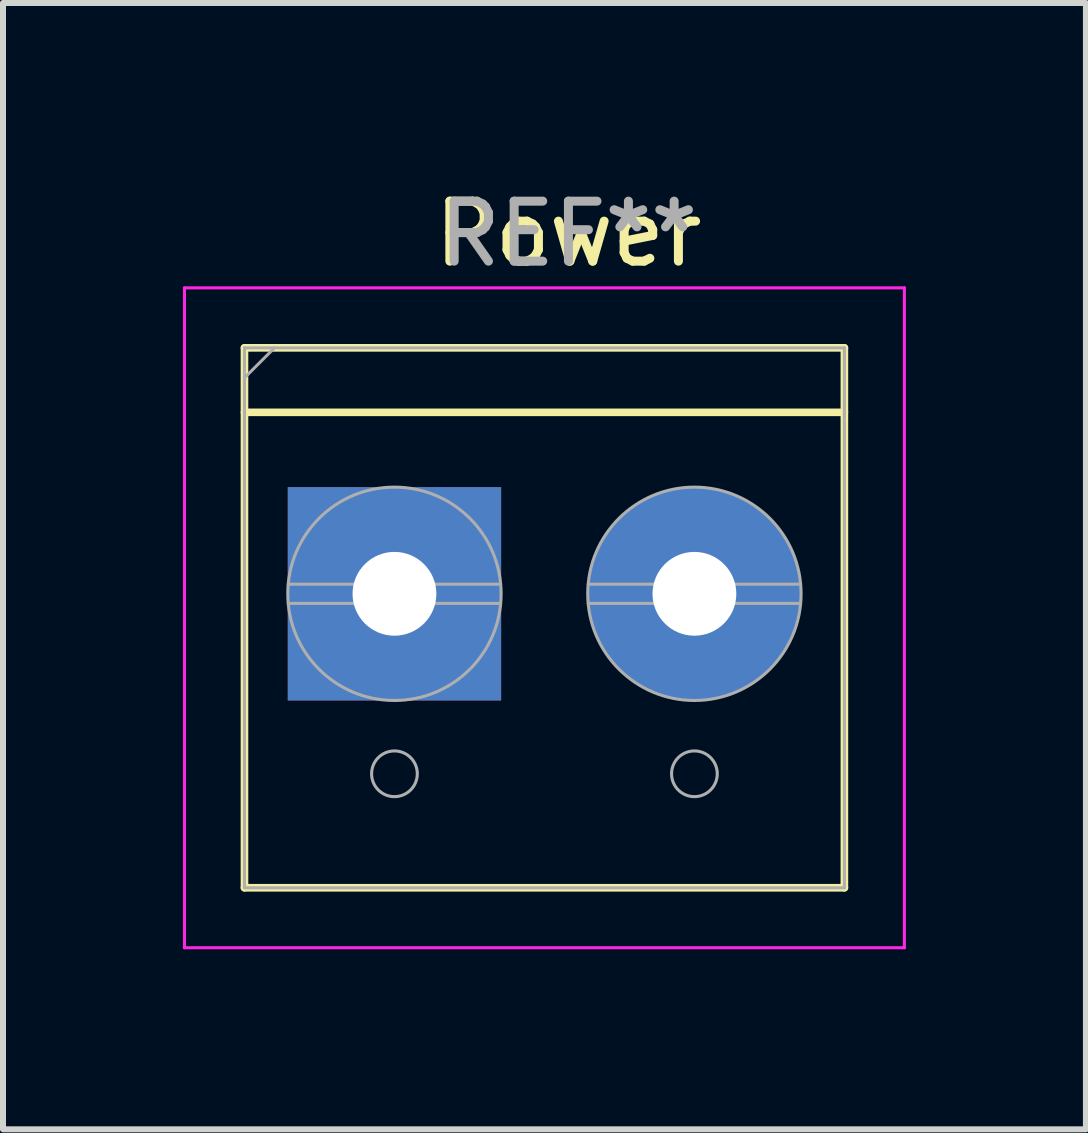
<source format=kicad_pcb>
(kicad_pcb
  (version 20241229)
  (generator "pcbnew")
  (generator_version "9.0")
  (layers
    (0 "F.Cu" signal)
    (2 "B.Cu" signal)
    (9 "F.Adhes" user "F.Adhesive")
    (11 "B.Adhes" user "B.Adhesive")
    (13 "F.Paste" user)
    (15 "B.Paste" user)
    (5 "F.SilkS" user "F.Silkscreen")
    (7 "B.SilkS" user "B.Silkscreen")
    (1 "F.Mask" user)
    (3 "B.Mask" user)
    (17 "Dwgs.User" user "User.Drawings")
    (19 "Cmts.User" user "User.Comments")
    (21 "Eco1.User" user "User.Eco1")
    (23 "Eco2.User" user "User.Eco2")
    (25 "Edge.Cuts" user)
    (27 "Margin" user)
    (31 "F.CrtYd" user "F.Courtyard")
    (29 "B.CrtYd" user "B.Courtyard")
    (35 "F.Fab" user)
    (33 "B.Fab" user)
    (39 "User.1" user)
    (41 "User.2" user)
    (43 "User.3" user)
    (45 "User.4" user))
  (footprint "Power"
    (layer "F.Cu")
    (at 3.525 6.848)
    (property "Reference" "Power" (at 2.9 -6 0) (layer "F.SilkS") (effects (font (size 1 1) (thickness 0.15))))
    (attr through_hole)
    (fp_line (start -2.5 -4.1) (end -2.5 4.9) (stroke (width 0.127) (type solid)) (layer "F.SilkS"))
    (fp_line (start -2.5 -3.025) (end 7.5 -3.025) (stroke (width 0.127) (type solid)) (layer "F.SilkS"))
    (fp_line (start -2.5 4.9) (end 7.5 4.9) (stroke (width 0.127) (type solid)) (layer "F.SilkS"))
    (fp_line (start 7.5 -4.1) (end -2.5 -4.1) (stroke (width 0.127) (type solid)) (layer "F.SilkS"))
    (fp_line (start 7.5 4.9) (end 7.5 -4.1) (stroke (width 0.127) (type solid)) (layer "F.SilkS"))
    (fp_line (start -3.5 -5.1) (end -3.5 5.9) (stroke (width 0.051) (type solid)) (layer "F.CrtYd"))
    (fp_line (start -3.5 5.9) (end 8.5 5.9) (stroke (width 0.051) (type solid)) (layer "F.CrtYd"))
    (fp_line (start 8.5 -5.1) (end -3.5 -5.1) (stroke (width 0.051) (type solid)) (layer "F.CrtYd"))
    (fp_line (start 8.5 5.9) (end 8.5 -5.1) (stroke (width 0.051) (type solid)) (layer "F.CrtYd"))
    (fp_line (start -2.5 -4.1) (end -2.5 4.9) (stroke (width 0.051) (type solid)) (layer "F.Fab"))
    (fp_line (start -2.5 -3.6) (end -2 -4.1) (stroke (width 0.051) (type solid)) (layer "F.Fab"))
    (fp_line (start -2.5 4.9) (end 7.5 4.9) (stroke (width 0.051) (type solid)) (layer "F.Fab"))
    (fp_line (start -1.77 -0.16) (end 1.77 -0.16) (stroke (width 0.051) (type solid)) (layer "F.Fab"))
    (fp_line (start -1.77 0.16) (end 1.77 0.16) (stroke (width 0.051) (type solid)) (layer "F.Fab"))
    (fp_line (start 3.23 -0.16) (end 6.77 -0.16) (stroke (width 0.051) (type solid)) (layer "F.Fab"))
    (fp_line (start 3.23 0.16) (end 6.77 0.16) (stroke (width 0.051) (type solid)) (layer "F.Fab"))
    (fp_line (start 7.5 -4.1) (end -2.5 -4.1) (stroke (width 0.051) (type solid)) (layer "F.Fab"))
    (fp_line (start 7.5 4.9) (end 7.5 -4.1) (stroke (width 0.051) (type solid)) (layer "F.Fab"))
    (fp_circle (center 0 0) (end 1.778 0) (stroke (width 0.051) (type solid)) (fill no) (layer "F.Fab"))
    (fp_circle (center 0 3) (end 0.381 3) (stroke (width 0.051) (type solid)) (fill no) (layer "F.Fab"))
    (fp_circle (center 5 0) (end 6.778 0) (stroke (width 0.051) (type solid)) (fill no) (layer "F.Fab"))
    (fp_circle (center 5 3) (end 5.381 3) (stroke (width 0.051) (type solid)) (fill no) (layer "F.Fab"))
    (fp_text user "REF**" (at 2.9 -6 0) (layer "F.Fab") (effects (font (size 1 1) (thickness 0.15))))
    (pad "1" thru_hole rect (at 0 0) (size 3.556 3.556) (drill 1.397) (layers "*.Cu" "*.Mask"))
    (pad "2" thru_hole circle (at 5 0) (size 3.556 3.556) (drill 1.397) (layers "*.Cu" "*.Mask")))
  (gr_rect
    (start -3 -3)
    (end 15.051 15.774)
    (stroke (width 0.1) (type default))
    (fill no)
    (layer "Edge.Cuts")))
</source>
